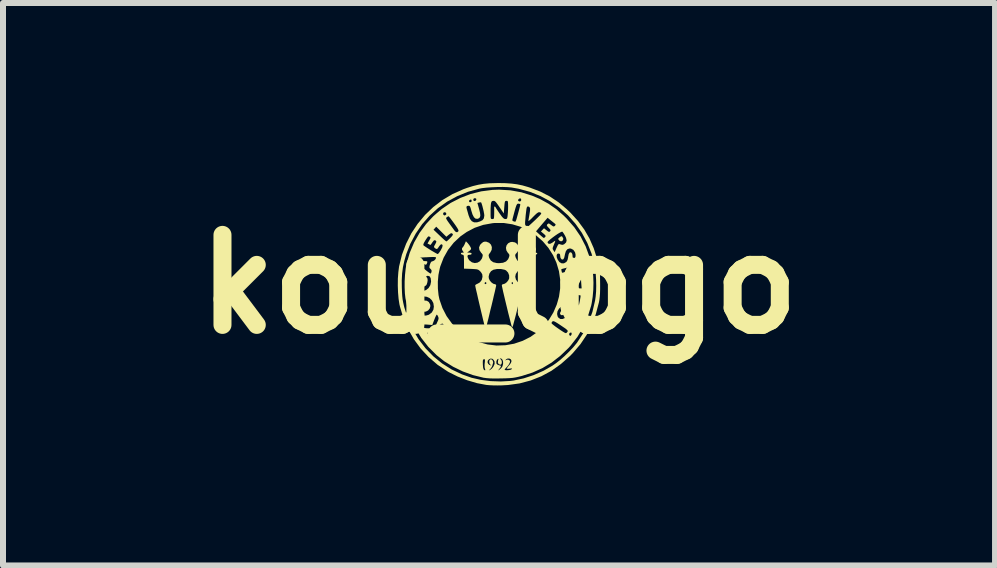
<source format=kicad_pcb>
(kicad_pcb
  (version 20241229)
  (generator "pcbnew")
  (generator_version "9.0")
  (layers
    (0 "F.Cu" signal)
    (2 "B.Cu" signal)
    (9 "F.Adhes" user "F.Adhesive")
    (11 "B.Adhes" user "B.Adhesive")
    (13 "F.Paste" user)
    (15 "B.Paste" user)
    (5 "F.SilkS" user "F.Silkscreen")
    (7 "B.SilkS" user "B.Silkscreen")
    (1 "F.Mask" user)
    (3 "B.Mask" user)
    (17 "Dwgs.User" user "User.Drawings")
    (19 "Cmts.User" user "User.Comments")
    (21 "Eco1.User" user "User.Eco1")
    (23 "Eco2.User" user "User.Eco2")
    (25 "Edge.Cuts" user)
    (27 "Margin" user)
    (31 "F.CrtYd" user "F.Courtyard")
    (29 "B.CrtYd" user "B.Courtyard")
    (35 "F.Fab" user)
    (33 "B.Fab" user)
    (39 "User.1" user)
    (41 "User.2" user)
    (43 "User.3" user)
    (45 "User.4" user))
  (footprint "kou_logo"
    (layer "F.Cu")
    (at 5.264 1.685)
    (property "Reference" "kou_logo" (at 0 0 0) (layer "F.SilkS") (effects (font (size 1.5 1.5) (thickness 0.3))))
    (attr board_only exclude_from_pos_files exclude_from_bom)
    (fp_poly (pts (xy -1.213 -0.384) (xy -1.197 -0.38) (xy -1.194 -0.37) (xy -1.196 -0.359) (xy -1.207 -0.332) (xy -1.222 -0.324) (xy -1.245 -0.333) (xy -1.263 -0.345) (xy -1.289 -0.364) (xy -1.305 -0.377) (xy -1.307 -0.38) (xy -1.296 -0.383) (xy -1.269 -0.385) (xy -1.248 -0.385)) (stroke (width 0) (type solid)) (fill yes) (layer "F.SilkS"))
    (fp_poly (pts (xy 1.058 -0.787) (xy 1.058 -0.786) (xy 1.072 -0.757) (xy 1.065 -0.732) (xy 1.059 -0.726) (xy 1.036 -0.713) (xy 1.011 -0.722) (xy 0.999 -0.734) (xy 0.987 -0.75) (xy 0.989 -0.762) (xy 1.008 -0.779) (xy 1.011 -0.781) (xy 1.033 -0.797) (xy 1.046 -0.799)) (stroke (width 0) (type solid)) (fill yes) (layer "F.SilkS"))
    (fp_poly (pts (xy -1.203 0.276) (xy -1.169 0.298) (xy -1.148 0.335) (xy -1.143 0.365) (xy -1.154 0.405) (xy -1.181 0.438) (xy -1.219 0.457) (xy -1.261 0.46) (xy -1.279 0.455) (xy -1.311 0.432) (xy -1.334 0.398) (xy -1.342 0.366) (xy -1.331 0.331) (xy -1.304 0.299) (xy -1.266 0.278) (xy -1.246 0.272)) (stroke (width 0) (type solid)) (fill yes) (layer "F.SilkS"))
    (fp_poly (pts (xy 0.107 -1.683) (xy 0.209 -1.676) (xy 0.302 -1.664) (xy 0.39 -1.646) (xy 0.481 -1.62) (xy 0.515 -1.609) (xy 0.688 -1.543) (xy 0.844 -1.463) (xy 0.99 -1.366) (xy 1.129 -1.25) (xy 1.191 -1.191) (xy 1.315 -1.054) (xy 1.42 -0.912) (xy 1.507 -0.762) (xy 1.578 -0.6) (xy 1.635 -0.422) (xy 1.654 -0.344) (xy 1.666 -0.293) (xy 1.674 -0.247) (xy 1.679 -0.201) (xy 1.683 -0.148) (xy 1.684 -0.084) (xy 1.685 -0.006) (xy 1.685 0.084) (xy 1.683 0.155) (xy 1.678 0.214) (xy 1.672 0.264) (xy 1.665 0.303) (xy 1.613 0.499) (xy 1.546 0.678) (xy 1.461 0.844) (xy 1.358 0.998) (xy 1.235 1.143) (xy 1.186 1.194) (xy 1.033 1.329) (xy 0.874 1.443) (xy 0.706 1.534) (xy 0.529 1.604) (xy 0.344 1.653) (xy 0.15 1.68) (xy 0.041 1.686) (xy -0.028 1.687) (xy -0.097 1.686) (xy -0.158 1.683) (xy -0.204 1.679) (xy -0.208 1.679) (xy -0.366 1.649) (xy -0.529 1.601) (xy -0.688 1.539) (xy -0.835 1.466) (xy -0.857 1.453) (xy -1.023 1.343) (xy -1.172 1.215) (xy -1.304 1.073) (xy -1.419 0.916) (xy -1.516 0.746) (xy -1.593 0.565) (xy -1.65 0.373) (xy -1.659 0.335) (xy -1.673 0.244) (xy -1.682 0.138) (xy -1.686 0.024) (xy -1.685 -0.066) (xy -1.62 -0.066) (xy -1.619 0.056) (xy -1.616 0.136) (xy -1.612 0.2) (xy -1.606 0.253) (xy -1.597 0.303) (xy -1.585 0.356) (xy -1.578 0.385) (xy -1.517 0.575) (xy -1.438 0.753) (xy -1.34 0.917) (xy -1.225 1.067) (xy -1.094 1.202) (xy -0.949 1.32) (xy -0.789 1.421) (xy -0.616 1.503) (xy -0.457 1.559) (xy -0.303 1.594) (xy -0.138 1.615) (xy 0.029 1.621) (xy 0.191 1.612) (xy 0.245 1.605) (xy 0.412 1.569) (xy 0.58 1.514) (xy 0.743 1.442) (xy 0.893 1.356) (xy 0.945 1.32) (xy 1.015 1.266) (xy 1.091 1.199) (xy 1.166 1.126) (xy 1.236 1.053) (xy 1.292 0.985) (xy 1.3 0.975) (xy 1.405 0.814) (xy 1.492 0.642) (xy 1.557 0.46) (xy 1.601 0.273) (xy 1.611 0.203) (xy 1.618 0.122) (xy 1.62 0.028) (xy 1.618 -0.072) (xy 1.612 -0.17) (xy 1.603 -0.259) (xy 1.593 -0.321) (xy 1.542 -0.51) (xy 1.471 -0.688) (xy 1.381 -0.855) (xy 1.273 -1.008) (xy 1.15 -1.147) (xy 1.011 -1.271) (xy 0.858 -1.378) (xy 0.692 -1.468) (xy 0.515 -1.539) (xy 0.328 -1.59) (xy 0.211 -1.611) (xy 0.146 -1.617) (xy 0.064 -1.62) (xy -0.027 -1.619) (xy -0.119 -1.615) (xy -0.207 -1.609) (xy -0.284 -1.6) (xy -0.327 -1.592) (xy -0.516 -1.54) (xy -0.695 -1.467) (xy -0.863 -1.376) (xy -1.017 -1.267) (xy -1.157 -1.14) (xy -1.281 -0.999) (xy -1.388 -0.842) (xy -1.478 -0.672) (xy -1.545 -0.501) (xy -1.577 -0.39) (xy -1.6 -0.285) (xy -1.614 -0.18) (xy -1.62 -0.066) (xy -1.685 -0.066) (xy -1.685 -0.091) (xy -1.677 -0.2) (xy -1.665 -0.294) (xy -1.664 -0.298) (xy -1.617 -0.49) (xy -1.548 -0.673) (xy -1.461 -0.846) (xy -1.355 -1.006) (xy -1.232 -1.154) (xy -1.094 -1.286) (xy -0.941 -1.403) (xy -0.775 -1.501) (xy -0.596 -1.581) (xy -0.533 -1.604) (xy -0.434 -1.635) (xy -0.343 -1.657) (xy -0.253 -1.672) (xy -0.158 -1.681) (xy -0.049 -1.684) (xy -0.012 -1.685)) (stroke (width 0) (type solid)) (fill yes) (layer "F.SilkS"))
    (fp_poly (pts (xy -0.52 -0.683) (xy -0.495 -0.651) (xy -0.475 -0.619) (xy -0.474 -0.617) (xy -0.465 -0.595) (xy -0.468 -0.58) (xy -0.486 -0.562) (xy -0.494 -0.555) (xy -0.531 -0.526) (xy -0.493 -0.526) (xy -0.464 -0.521) (xy -0.455 -0.508) (xy -0.465 -0.494) (xy -0.49 -0.49) (xy -0.515 -0.487) (xy -0.524 -0.474) (xy -0.525 -0.461) (xy -0.517 -0.434) (xy -0.499 -0.403) (xy -0.493 -0.396) (xy -0.451 -0.364) (xy -0.404 -0.352) (xy -0.358 -0.359) (xy -0.317 -0.383) (xy -0.287 -0.423) (xy -0.279 -0.443) (xy -0.271 -0.474) (xy -0.273 -0.495) (xy -0.289 -0.516) (xy -0.298 -0.525) (xy -0.326 -0.568) (xy -0.332 -0.612) (xy -0.315 -0.655) (xy -0.292 -0.679) (xy -0.264 -0.702) (xy -0.238 -0.709) (xy -0.211 -0.708) (xy -0.165 -0.69) (xy -0.134 -0.659) (xy -0.119 -0.618) (xy -0.122 -0.572) (xy -0.145 -0.528) (xy -0.148 -0.525) (xy -0.167 -0.5) (xy -0.173 -0.481) (xy -0.168 -0.456) (xy -0.163 -0.439) (xy -0.137 -0.395) (xy -0.096 -0.366) (xy -0.037 -0.352) (xy 0 -0.35) (xy 0.067 -0.357) (xy 0.117 -0.378) (xy 0.151 -0.414) (xy 0.163 -0.44) (xy 0.173 -0.471) (xy 0.172 -0.491) (xy 0.161 -0.509) (xy 0.148 -0.522) (xy 0.123 -0.563) (xy 0.116 -0.606) (xy 0.126 -0.647) (xy 0.152 -0.681) (xy 0.19 -0.701) (xy 0.22 -0.705) (xy 0.268 -0.696) (xy 0.303 -0.67) (xy 0.324 -0.634) (xy 0.328 -0.591) (xy 0.314 -0.548) (xy 0.296 -0.523) (xy 0.276 -0.501) (xy 0.27 -0.482) (xy 0.275 -0.455) (xy 0.279 -0.443) (xy 0.303 -0.397) (xy 0.34 -0.366) (xy 0.385 -0.353) (xy 0.433 -0.357) (xy 0.477 -0.381) (xy 0.493 -0.396) (xy 0.514 -0.426) (xy 0.525 -0.455) (xy 0.525 -0.461) (xy 0.521 -0.482) (xy 0.505 -0.489) (xy 0.49 -0.49) (xy 0.462 -0.495) (xy 0.455 -0.508) (xy 0.465 -0.521) (xy 0.493 -0.525) (xy 0.531 -0.526) (xy 0.494 -0.557) (xy 0.457 -0.589) (xy 0.484 -0.635) (xy 0.506 -0.668) (xy 0.529 -0.693) (xy 0.535 -0.698) (xy 0.553 -0.708) (xy 0.56 -0.702) (xy 0.56 -0.691) (xy 0.567 -0.666) (xy 0.585 -0.637) (xy 0.589 -0.632) (xy 0.612 -0.6) (xy 0.617 -0.576) (xy 0.604 -0.552) (xy 0.599 -0.546) (xy 0.587 -0.531) (xy 0.593 -0.526) (xy 0.612 -0.525) (xy 0.634 -0.52) (xy 0.638 -0.508) (xy 0.624 -0.496) (xy 0.609 -0.492) (xy 0.597 -0.489) (xy 0.59 -0.481) (xy 0.586 -0.464) (xy 0.584 -0.432) (xy 0.583 -0.383) (xy 0.583 -0.373) (xy 0.583 -0.257) (xy 0.497 -0.257) (xy 0.431 -0.255) (xy 0.382 -0.25) (xy 0.347 -0.239) (xy 0.32 -0.223) (xy 0.31 -0.213) (xy 0.28 -0.17) (xy 0.271 -0.124) (xy 0.282 -0.078) (xy 0.311 -0.038) (xy 0.356 -0.007) (xy 0.387 0.004) (xy 0.391 0.008) (xy 0.394 0.018) (xy 0.393 0.036) (xy 0.388 0.064) (xy 0.38 0.105) (xy 0.367 0.16) (xy 0.35 0.233) (xy 0.327 0.326) (xy 0.319 0.357) (xy 0.298 0.444) (xy 0.278 0.523) (xy 0.26 0.591) (xy 0.245 0.647) (xy 0.235 0.686) (xy 0.228 0.707) (xy 0.227 0.71) (xy 0.216 0.709) (xy 0.215 0.709) (xy 0.21 0.696) (xy 0.201 0.664) (xy 0.189 0.616) (xy 0.174 0.556) (xy 0.156 0.487) (xy 0.138 0.412) (xy 0.119 0.334) (xy 0.101 0.259) (xy 0.084 0.187) (xy 0.069 0.124) (xy 0.058 0.073) (xy 0.05 0.036) (xy 0.047 0.017) (xy 0.047 0.017) (xy 0.056 0.003) (xy 0.069 0) (xy 0.1 -0.01) (xy 0.11 -0.018) (xy 0.21 -0.018) (xy 0.216 -0.002) (xy 0.222 0) (xy 0.232 -0.009) (xy 0.233 -0.018) (xy 0.227 -0.033) (xy 0.222 -0.035) (xy 0.211 -0.026) (xy 0.21 -0.018) (xy 0.11 -0.018) (xy 0.132 -0.035) (xy 0.157 -0.068) (xy 0.17 -0.099) (xy 0.169 -0.148) (xy 0.151 -0.194) (xy 0.118 -0.229) (xy 0.093 -0.241) (xy 0.033 -0.253) (xy -0.034 -0.253) (xy -0.093 -0.241) (xy -0.132 -0.217) (xy -0.16 -0.177) (xy -0.172 -0.13) (xy -0.17 -0.099) (xy -0.155 -0.064) (xy -0.129 -0.032) (xy -0.097 -0.008) (xy -0.069 0) (xy -0.051 0.007) (xy -0.047 0.017) (xy -0.049 0.033) (xy -0.057 0.068) (xy -0.068 0.119) (xy -0.084 0.184) (xy -0.101 0.259) (xy -0.121 0.342) (xy -0.122 0.347) (xy -0.143 0.43) (xy -0.161 0.507) (xy -0.177 0.574) (xy -0.191 0.628) (xy -0.2 0.666) (xy -0.204 0.685) (xy -0.204 0.685) (xy -0.215 0.707) (xy -0.229 0.711) (xy -0.239 0.697) (xy -0.244 0.678) (xy -0.253 0.64) (xy -0.266 0.588) (xy -0.281 0.524) (xy -0.298 0.453) (xy -0.316 0.377) (xy -0.334 0.3) (xy -0.351 0.227) (xy -0.366 0.159) (xy -0.38 0.101) (xy -0.39 0.056) (xy -0.395 0.029) (xy -0.397 0.021) (xy -0.387 0.007) (xy -0.362 -0.006) (xy -0.36 -0.006) (xy -0.349 -0.012) (xy -0.24 -0.012) (xy -0.237 -0.007) (xy -0.22 -0.000363) (xy -0.21 -0.013) (xy -0.21 -0.018) (xy -0.216 -0.033) (xy -0.221 -0.035) (xy -0.236 -0.027) (xy -0.24 -0.012) (xy -0.349 -0.012) (xy -0.317 -0.031) (xy -0.287 -0.071) (xy -0.275 -0.122) (xy -0.275 -0.129) (xy -0.279 -0.165) (xy -0.297 -0.195) (xy -0.312 -0.213) (xy -0.33 -0.23) (xy -0.347 -0.241) (xy -0.369 -0.248) (xy -0.401 -0.251) (xy -0.449 -0.254) (xy -0.467 -0.255) (xy -0.583 -0.259) (xy -0.583 -0.375) (xy -0.584 -0.428) (xy -0.585 -0.461) (xy -0.589 -0.48) (xy -0.596 -0.488) (xy -0.605 -0.49) (xy -0.627 -0.498) (xy -0.634 -0.508) (xy -0.633 -0.521) (xy -0.613 -0.525) (xy -0.61 -0.525) (xy -0.589 -0.526) (xy -0.589 -0.534) (xy -0.599 -0.546) (xy -0.616 -0.575) (xy -0.616 -0.6) (xy -0.605 -0.613) (xy -0.593 -0.628) (xy -0.577 -0.656) (xy -0.572 -0.668) (xy -0.551 -0.715)) (stroke (width 0) (type solid)) (fill yes) (layer "F.SilkS"))
    (fp_poly (pts (xy 0.19 -1.564) (xy 0.373 -1.531) (xy 0.551 -1.475) (xy 0.683 -1.419) (xy 0.824 -1.341) (xy 0.954 -1.251) (xy 1.077 -1.144) (xy 1.128 -1.093) (xy 1.255 -0.948) (xy 1.36 -0.794) (xy 1.444 -0.63) (xy 1.508 -0.455) (xy 1.553 -0.267) (xy 1.559 -0.233) (xy 1.57 -0.135) (xy 1.574 -0.023) (xy 1.571 0.095) (xy 1.561 0.21) (xy 1.545 0.314) (xy 1.536 0.357) (xy 1.478 0.545) (xy 1.402 0.718) (xy 1.307 0.878) (xy 1.193 1.024) (xy 1.16 1.061) (xy 1.021 1.194) (xy 0.877 1.306) (xy 0.724 1.398) (xy 0.559 1.472) (xy 0.381 1.529) (xy 0.373 1.531) (xy 0.32 1.544) (xy 0.273 1.554) (xy 0.228 1.561) (xy 0.178 1.565) (xy 0.116 1.568) (xy 0.037 1.57) (xy 0.035 1.57) (xy -0.063 1.571) (xy -0.142 1.57) (xy -0.207 1.565) (xy -0.261 1.558) (xy -0.263 1.557) (xy -0.433 1.515) (xy -0.602 1.454) (xy -0.763 1.376) (xy -0.894 1.295) (xy -0.27 1.295) (xy -0.269 1.336) (xy -0.265 1.387) (xy -0.257 1.418) (xy -0.242 1.433) (xy -0.23 1.435) (xy -0.228 1.427) (xy -0.233 1.411) (xy -0.24 1.383) (xy -0.24 1.337) (xy -0.238 1.317) (xy -0.236 1.3) (xy -0.191 1.3) (xy -0.182 1.324) (xy -0.161 1.344) (xy -0.144 1.351) (xy -0.129 1.352) (xy -0.135 1.346) (xy -0.143 1.342) (xy -0.158 1.322) (xy -0.163 1.293) (xy -0.158 1.266) (xy -0.144 1.252) (xy -0.123 1.254) (xy -0.106 1.272) (xy -0.097 1.298) (xy -0.099 1.313) (xy -0.108 1.344) (xy -0.111 1.358) (xy -0.122 1.382) (xy -0.142 1.409) (xy -0.143 1.409) (xy -0.169 1.438) (xy -0.142 1.424) (xy -0.118 1.405) (xy -0.095 1.376) (xy -0.093 1.373) (xy -0.073 1.329) (xy -0.074 1.291) (xy -0.074 1.29) (xy -0.044 1.29) (xy -0.043 1.319) (xy -0.038 1.329) (xy -0.019 1.344) (xy 0.004 1.351) (xy 0.027 1.357) (xy 0.033 1.368) (xy 0.022 1.39) (xy 0.009 1.406) (xy -0.016 1.438) (xy 0.007 1.424) (xy 0.093 1.424) (xy 0.103 1.431) (xy 0.128 1.434) (xy 0.159 1.432) (xy 0.189 1.427) (xy 0.208 1.419) (xy 0.21 1.417) (xy 0.217 1.406) (xy 0.21 1.403) (xy 0.184 1.406) (xy 0.177 1.407) (xy 0.147 1.41) (xy 0.13 1.408) (xy 0.128 1.406) (xy 0.136 1.393) (xy 0.154 1.369) (xy 0.169 1.352) (xy 0.199 1.312) (xy 0.209 1.28) (xy 0.199 1.254) (xy 0.196 1.251) (xy 0.169 1.238) (xy 0.137 1.241) (xy 0.115 1.256) (xy 0.106 1.269) (xy 0.113 1.268) (xy 0.124 1.262) (xy 0.149 1.256) (xy 0.17 1.265) (xy 0.183 1.279) (xy 0.183 1.296) (xy 0.176 1.315) (xy 0.158 1.347) (xy 0.131 1.38) (xy 0.127 1.383) (xy 0.106 1.406) (xy 0.094 1.421) (xy 0.093 1.424) (xy 0.007 1.424) (xy 0.014 1.419) (xy 0.04 1.395) (xy 0.057 1.37) (xy 0.068 1.33) (xy 0.068 1.291) (xy 0.058 1.259) (xy 0.039 1.24) (xy 0.026 1.237) (xy 0.012 1.239) (xy 0.019 1.245) (xy 0.026 1.249) (xy 0.041 1.268) (xy 0.048 1.294) (xy 0.045 1.321) (xy 0.034 1.339) (xy 0.025 1.342) (xy -0.005 1.333) (xy -0.019 1.308) (xy -0.016 1.274) (xy -0.015 1.272) (xy -0.008 1.249) (xy -0.012 1.243) (xy -0.019 1.245) (xy -0.035 1.262) (xy -0.044 1.29) (xy -0.074 1.29) (xy -0.089 1.262) (xy -0.113 1.242) (xy -0.141 1.24) (xy -0.167 1.252) (xy -0.186 1.273) (xy -0.191 1.3) (xy -0.236 1.3) (xy -0.234 1.278) (xy -0.235 1.257) (xy -0.241 1.25) (xy -0.251 1.25) (xy -0.262 1.255) (xy -0.268 1.268) (xy -0.27 1.295) (xy -0.894 1.295) (xy -0.912 1.284) (xy -1.038 1.184) (xy -1.177 1.045) (xy -1.295 0.895) (xy -1.394 0.732) (xy -1.421 0.672) (xy -1.283 0.672) (xy -1.278 0.685) (xy -1.265 0.706) (xy -1.252 0.722) (xy -1.234 0.731) (xy -1.206 0.734) (xy -1.171 0.735) (xy -1.133 0.736) (xy -1.106 0.74) (xy -1.097 0.745) (xy -1.106 0.755) (xy -1.129 0.772) (xy -1.143 0.78) (xy -1.171 0.797) (xy -1.188 0.809) (xy -1.19 0.812) (xy -1.185 0.828) (xy -1.173 0.849) (xy -1.162 0.862) (xy -1.159 0.863) (xy -1.147 0.857) (xy -1.12 0.841) (xy -1.081 0.817) (xy -1.034 0.788) (xy -1.031 0.786) (xy -0.985 0.756) (xy -0.947 0.729) (xy -0.921 0.71) (xy -0.91 0.701) (xy -0.91 0.701) (xy -0.916 0.686) (xy -0.926 0.671) (xy -0.936 0.659) (xy -0.948 0.657) (xy -0.967 0.665) (xy -0.999 0.685) (xy -0.999 0.686) (xy -1.03 0.704) (xy -1.053 0.716) (xy -1.061 0.717) (xy -1.059 0.704) (xy -1.048 0.677) (xy -1.033 0.642) (xy -1.015 0.603) (xy -1.007 0.577) (xy -1.008 0.557) (xy -1.015 0.538) (xy -1.027 0.515) (xy -1.038 0.507) (xy -1.039 0.508) (xy -1.047 0.521) (xy -1.061 0.55) (xy -1.077 0.589) (xy -1.08 0.597) (xy -1.112 0.68) (xy -1.198 0.673) (xy -1.239 0.671) (xy -1.269 0.67) (xy -1.283 0.672) (xy -1.283 0.672) (xy -1.421 0.672) (xy -1.472 0.558) (xy -1.525 0.39) (xy -1.397 0.39) (xy -1.38 0.44) (xy -1.349 0.483) (xy -1.305 0.512) (xy -1.251 0.525) (xy -1.245 0.525) (xy -1.205 0.52) (xy -1.169 0.509) (xy -1.167 0.508) (xy -1.12 0.472) (xy -1.093 0.425) (xy -1.085 0.374) (xy -1.094 0.314) (xy -1.12 0.266) (xy -1.157 0.231) (xy -1.203 0.21) (xy -1.252 0.204) (xy -1.302 0.216) (xy -1.347 0.245) (xy -1.377 0.284) (xy -1.397 0.336) (xy -1.397 0.39) (xy -1.525 0.39) (xy -1.53 0.373) (xy -1.559 0.233) (xy -1.568 0.152) (xy -1.572 0.055) (xy -1.572 -0.049) (xy -1.447 -0.049) (xy -1.437 0.012) (xy -1.41 0.061) (xy -1.369 0.096) (xy -1.318 0.114) (xy -1.262 0.113) (xy -1.213 0.096) (xy -1.173 0.064) (xy -1.144 0.016) (xy -1.132 -0.041) (xy -1.019 -0.041) (xy -1.018 0.075) (xy -1.007 0.183) (xy -0.993 0.251) (xy -0.943 0.396) (xy -0.873 0.532) (xy -0.784 0.655) (xy -0.679 0.763) (xy -0.558 0.855) (xy -0.477 0.903) (xy -0.337 0.964) (xy -0.191 1.004) (xy -0.042 1.022) (xy 0.108 1.017) (xy 0.251 0.992) (xy 0.394 0.944) (xy 0.525 0.878) (xy 0.584 0.836) (xy 1.169 0.836) (xy 1.172 0.847) (xy 1.184 0.861) (xy 1.199 0.856) (xy 1.21 0.835) (xy 1.211 0.83) (xy 1.208 0.809) (xy 1.197 0.805) (xy 1.175 0.814) (xy 1.169 0.836) (xy 0.584 0.836) (xy 0.643 0.795) (xy 0.746 0.698) (xy 0.786 0.649) (xy 0.875 0.649) (xy 0.884 0.661) (xy 0.908 0.681) (xy 0.943 0.708) (xy 0.984 0.737) (xy 1.026 0.766) (xy 1.065 0.791) (xy 1.095 0.809) (xy 1.114 0.816) (xy 1.114 0.816) (xy 1.129 0.808) (xy 1.141 0.794) (xy 1.145 0.783) (xy 1.143 0.772) (xy 1.131 0.759) (xy 1.107 0.739) (xy 1.067 0.712) (xy 1.032 0.688) (xy 0.979 0.653) (xy 0.941 0.63) (xy 0.916 0.618) (xy 0.9 0.616) (xy 0.892 0.619) (xy 0.877 0.639) (xy 0.875 0.649) (xy 0.786 0.649) (xy 0.835 0.589) (xy 0.891 0.496) (xy 0.968 0.496) (xy 0.977 0.538) (xy 0.992 0.56) (xy 1.023 0.58) (xy 1.06 0.58) (xy 1.104 0.561) (xy 1.147 0.529) (xy 1.176 0.508) (xy 1.194 0.504) (xy 1.208 0.516) (xy 1.213 0.525) (xy 1.219 0.546) (xy 1.207 0.566) (xy 1.201 0.572) (xy 1.184 0.601) (xy 1.184 0.619) (xy 1.194 0.638) (xy 1.208 0.638) (xy 1.23 0.619) (xy 1.242 0.606) (xy 1.265 0.565) (xy 1.271 0.524) (xy 1.262 0.486) (xy 1.239 0.458) (xy 1.203 0.444) (xy 1.193 0.443) (xy 1.163 0.451) (xy 1.128 0.47) (xy 1.12 0.476) (xy 1.08 0.505) (xy 1.053 0.517) (xy 1.033 0.514) (xy 1.028 0.51) (xy 1.016 0.486) (xy 1.025 0.46) (xy 1.044 0.438) (xy 1.065 0.412) (xy 1.066 0.392) (xy 1.052 0.375) (xy 1.03 0.38) (xy 1.001 0.407) (xy 0.999 0.409) (xy 0.975 0.451) (xy 0.968 0.496) (xy 0.891 0.496) (xy 0.907 0.469) (xy 0.962 0.341) (xy 0.977 0.29) (xy 1.039 0.29) (xy 1.043 0.31) (xy 1.061 0.313) (xy 1.065 0.313) (xy 1.088 0.3) (xy 1.094 0.286) (xy 1.101 0.245) (xy 1.109 0.222) (xy 1.12 0.212) (xy 1.138 0.212) (xy 1.141 0.212) (xy 1.16 0.216) (xy 1.169 0.227) (xy 1.172 0.25) (xy 1.173 0.274) (xy 1.174 0.309) (xy 1.179 0.327) (xy 1.191 0.332) (xy 1.196 0.333) (xy 1.217 0.323) (xy 1.222 0.309) (xy 1.23 0.268) (xy 1.238 0.245) (xy 1.25 0.235) (xy 1.267 0.233) (xy 1.286 0.235) (xy 1.293 0.243) (xy 1.293 0.264) (xy 1.29 0.287) (xy 1.286 0.325) (xy 1.292 0.346) (xy 1.297 0.351) (xy 1.319 0.361) (xy 1.331 0.35) (xy 1.335 0.335) (xy 1.349 0.267) (xy 1.357 0.219) (xy 1.36 0.193) (xy 1.359 0.188) (xy 1.346 0.185) (xy 1.315 0.178) (xy 1.271 0.169) (xy 1.217 0.159) (xy 1.213 0.158) (xy 1.146 0.146) (xy 1.1 0.141) (xy 1.074 0.141) (xy 1.067 0.145) (xy 1.058 0.175) (xy 1.05 0.215) (xy 1.042 0.256) (xy 1.039 0.286) (xy 1.039 0.29) (xy 0.977 0.29) (xy 1 0.207) (xy 1.02 0.067) (xy 1.02 -0.04) (xy 1.064 -0.04) (xy 1.067 -0.024) (xy 1.073 -0.012) (xy 1.082 -0.005) (xy 1.101 -0.002) (xy 1.132 -0.000271) (xy 1.182 -0.001) (xy 1.194 -0.001) (xy 1.313 -0.003) (xy 1.316 0.033) (xy 1.322 0.06) (xy 1.337 0.069) (xy 1.348 0.07) (xy 1.377 0.07) (xy 1.369 -0.038) (xy 1.366 -0.085) (xy 1.362 -0.123) (xy 1.36 -0.146) (xy 1.359 -0.15) (xy 1.346 -0.15) (xy 1.33 -0.146) (xy 1.312 -0.133) (xy 1.309 -0.107) (xy 1.309 -0.107) (xy 1.313 -0.076) (xy 1.191 -0.067) (xy 1.14 -0.062) (xy 1.098 -0.058) (xy 1.072 -0.055) (xy 1.064 -0.053) (xy 1.064 -0.04) (xy 1.02 -0.04) (xy 1.02 -0.074) (xy 0.999 -0.217) (xy 0.993 -0.237) (xy 1.039 -0.237) (xy 1.043 -0.218) (xy 1.05 -0.19) (xy 1.193 -0.221) (xy 1.262 -0.237) (xy 1.308 -0.251) (xy 1.334 -0.263) (xy 1.339 -0.269) (xy 1.34 -0.289) (xy 1.333 -0.301) (xy 1.317 -0.305) (xy 1.377 -0.305) (xy 1.383 -0.278) (xy 1.399 -0.269) (xy 1.42 -0.281) (xy 1.429 -0.302) (xy 1.419 -0.32) (xy 1.399 -0.327) (xy 1.38 -0.318) (xy 1.377 -0.305) (xy 1.317 -0.305) (xy 1.314 -0.306) (xy 1.282 -0.304) (xy 1.232 -0.295) (xy 1.184 -0.286) (xy 1.13 -0.274) (xy 1.085 -0.263) (xy 1.054 -0.255) (xy 1.04 -0.251) (xy 1.04 -0.251) (xy 1.039 -0.237) (xy 0.993 -0.237) (xy 0.957 -0.358) (xy 0.903 -0.478) (xy 0.9 -0.484) (xy 0.961 -0.484) (xy 0.962 -0.45) (xy 0.976 -0.412) (xy 1.006 -0.369) (xy 1.042 -0.348) (xy 1.081 -0.347) (xy 1.12 -0.369) (xy 1.125 -0.374) (xy 1.142 -0.403) (xy 1.152 -0.448) (xy 1.152 -0.454) (xy 1.161 -0.5) (xy 1.175 -0.527) (xy 1.194 -0.532) (xy 1.208 -0.525) (xy 1.221 -0.503) (xy 1.225 -0.477) (xy 1.227 -0.453) (xy 1.23 -0.443) (xy 1.244 -0.44) (xy 1.252 -0.437) (xy 1.266 -0.441) (xy 1.275 -0.461) (xy 1.276 -0.491) (xy 1.269 -0.524) (xy 1.266 -0.533) (xy 1.239 -0.572) (xy 1.199 -0.593) (xy 1.175 -0.595) (xy 1.141 -0.584) (xy 1.115 -0.552) (xy 1.099 -0.499) (xy 1.098 -0.491) (xy 1.087 -0.442) (xy 1.073 -0.416) (xy 1.055 -0.41) (xy 1.041 -0.416) (xy 1.025 -0.438) (xy 1.02 -0.468) (xy 1.017 -0.496) (xy 1.004 -0.509) (xy 0.995 -0.511) (xy 0.972 -0.506) (xy 0.961 -0.484) (xy 0.9 -0.484) (xy 0.823 -0.605) (xy 0.744 -0.698) (xy 0.808 -0.698) (xy 0.824 -0.674) (xy 0.851 -0.672) (xy 0.886 -0.69) (xy 0.889 -0.692) (xy 0.915 -0.711) (xy 0.933 -0.722) (xy 0.937 -0.723) (xy 0.936 -0.714) (xy 0.928 -0.689) (xy 0.915 -0.659) (xy 0.9 -0.622) (xy 0.894 -0.6) (xy 0.896 -0.583) (xy 0.906 -0.565) (xy 0.907 -0.564) (xy 0.927 -0.533) (xy 0.958 -0.604) (xy 0.976 -0.642) (xy 0.988 -0.662) (xy 1 -0.669) (xy 1.015 -0.666) (xy 1.025 -0.662) (xy 1.055 -0.655) (xy 1.081 -0.663) (xy 1.09 -0.669) (xy 1.118 -0.696) (xy 1.127 -0.729) (xy 1.117 -0.772) (xy 1.102 -0.805) (xy 1.082 -0.839) (xy 1.064 -0.865) (xy 1.056 -0.875) (xy 1.042 -0.873) (xy 1.014 -0.859) (xy 0.977 -0.837) (xy 0.936 -0.809) (xy 0.894 -0.778) (xy 0.856 -0.748) (xy 0.827 -0.723) (xy 0.81 -0.704) (xy 0.808 -0.698) (xy 0.744 -0.698) (xy 0.727 -0.717) (xy 0.617 -0.814) (xy 0.514 -0.881) (xy 0.617 -0.881) (xy 0.678 -0.825) (xy 0.71 -0.798) (xy 0.734 -0.778) (xy 0.747 -0.77) (xy 0.748 -0.77) (xy 0.761 -0.778) (xy 0.771 -0.788) (xy 0.777 -0.801) (xy 0.771 -0.816) (xy 0.748 -0.837) (xy 0.742 -0.842) (xy 0.699 -0.878) (xy 0.724 -0.905) (xy 0.75 -0.932) (xy 0.792 -0.898) (xy 0.818 -0.878) (xy 0.835 -0.871) (xy 0.847 -0.877) (xy 0.851 -0.881) (xy 0.859 -0.893) (xy 0.856 -0.907) (xy 0.839 -0.928) (xy 0.828 -0.939) (xy 0.805 -0.964) (xy 0.797 -0.98) (xy 0.801 -0.992) (xy 0.808 -1) (xy 0.821 -1.01) (xy 0.835 -1.01) (xy 0.856 -0.996) (xy 0.87 -0.986) (xy 0.896 -0.967) (xy 0.913 -0.961) (xy 0.925 -0.967) (xy 0.932 -0.973) (xy 0.944 -0.989) (xy 0.939 -1.001) (xy 0.926 -1.013) (xy 0.902 -1.032) (xy 0.87 -1.058) (xy 0.855 -1.07) (xy 0.81 -1.107) (xy 0.713 -0.994) (xy 0.617 -0.881) (xy 0.514 -0.881) (xy 0.494 -0.894) (xy 0.362 -0.956) (xy 0.222 -0.998) (xy 0.168 -1.006) (xy 0.435 -1.006) (xy 0.437 -0.989) (xy 0.443 -0.979) (xy 0.45 -0.972) (xy 0.47 -0.96) (xy 0.478 -0.957) (xy 0.488 -0.964) (xy 0.512 -0.985) (xy 0.546 -1.016) (xy 0.588 -1.055) (xy 0.601 -1.067) (xy 0.648 -1.113) (xy 0.68 -1.145) (xy 0.698 -1.167) (xy 0.704 -1.181) (xy 0.701 -1.189) (xy 0.7 -1.189) (xy 0.68 -1.199) (xy 0.658 -1.198) (xy 0.633 -1.183) (xy 0.6 -1.153) (xy 0.567 -1.12) (xy 0.535 -1.087) (xy 0.509 -1.064) (xy 0.493 -1.053) (xy 0.49 -1.054) (xy 0.492 -1.073) (xy 0.498 -1.108) (xy 0.506 -1.152) (xy 0.508 -1.166) (xy 0.517 -1.224) (xy 0.518 -1.262) (xy 0.509 -1.284) (xy 0.491 -1.294) (xy 0.479 -1.295) (xy 0.471 -1.292) (xy 0.464 -1.28) (xy 0.458 -1.257) (xy 0.453 -1.218) (xy 0.446 -1.16) (xy 0.444 -1.141) (xy 0.439 -1.078) (xy 0.435 -1.035) (xy 0.435 -1.006) (xy 0.168 -1.006) (xy 0.078 -1.02) (xy -0.069 -1.02) (xy -0.109 -1.016) (xy -0.263 -0.988) (xy -0.404 -0.94) (xy -0.536 -0.871) (xy -0.643 -0.796) (xy -0.754 -0.692) (xy -0.848 -0.573) (xy -0.922 -0.442) (xy -0.978 -0.297) (xy -0.988 -0.259) (xy -1.009 -0.155) (xy -1.019 -0.041) (xy -1.132 -0.041) (xy -1.132 -0.041) (xy -1.132 -0.05) (xy -1.138 -0.1) (xy -1.155 -0.13) (xy -1.185 -0.14) (xy -1.208 -0.135) (xy -1.213 -0.123) (xy -1.202 -0.111) (xy -1.191 -0.092) (xy -1.189 -0.061) (xy -1.195 -0.025) (xy -1.206 0.007) (xy -1.215 0.02) (xy -1.252 0.043) (xy -1.295 0.047) (xy -1.339 0.033) (xy -1.366 0.013) (xy -1.39 -0.016) (xy -1.399 -0.043) (xy -1.392 -0.076) (xy -1.383 -0.1) (xy -1.366 -0.14) (xy -1.399 -0.14) (xy -1.424 -0.135) (xy -1.439 -0.116) (xy -1.446 -0.08) (xy -1.447 -0.049) (xy -1.572 -0.049) (xy -1.572 -0.049) (xy -1.566 -0.154) (xy -1.556 -0.251) (xy -1.543 -0.334) (xy -1.541 -0.338) (xy -1.529 -0.38) (xy -1.383 -0.38) (xy -1.378 -0.363) (xy -1.358 -0.344) (xy -1.351 -0.339) (xy -1.324 -0.318) (xy -1.286 -0.287) (xy -1.244 -0.253) (xy -1.231 -0.243) (xy -1.194 -0.213) (xy -1.164 -0.191) (xy -1.144 -0.178) (xy -1.141 -0.176) (xy -1.132 -0.185) (xy -1.124 -0.206) (xy -1.124 -0.234) (xy -1.141 -0.255) (xy -1.156 -0.269) (xy -1.16 -0.284) (xy -1.156 -0.308) (xy -1.151 -0.327) (xy -1.138 -0.36) (xy -1.124 -0.377) (xy -1.104 -0.383) (xy -1.081 -0.393) (xy -1.061 -0.413) (xy -1.05 -0.434) (xy -1.053 -0.45) (xy -1.067 -0.452) (xy -1.099 -0.453) (xy -1.146 -0.452) (xy -1.201 -0.449) (xy -1.212 -0.449) (xy -1.364 -0.44) (xy -1.376 -0.404) (xy -1.383 -0.38) (xy -1.529 -0.38) (xy -1.488 -0.521) (xy -1.433 -0.651) (xy -1.26 -0.651) (xy -1.257 -0.646) (xy -1.239 -0.633) (xy -1.208 -0.612) (xy -1.169 -0.587) (xy -1.126 -0.56) (xy -1.085 -0.536) (xy -1.05 -0.516) (xy -1.027 -0.504) (xy -1.021 -0.502) (xy -1.009 -0.511) (xy -0.99 -0.535) (xy -0.97 -0.566) (xy -0.946 -0.613) (xy -0.939 -0.645) (xy -0.948 -0.662) (xy -0.961 -0.665) (xy -0.977 -0.656) (xy -0.996 -0.633) (xy -1.002 -0.624) (xy -1.021 -0.596) (xy -1.036 -0.586) (xy -1.054 -0.592) (xy -1.067 -0.601) (xy -1.08 -0.613) (xy -1.083 -0.624) (xy -1.075 -0.644) (xy -1.062 -0.666) (xy -1.047 -0.697) (xy -1.044 -0.714) (xy -1.051 -0.724) (xy -1.052 -0.725) (xy -1.07 -0.733) (xy -1.084 -0.729) (xy -1.101 -0.709) (xy -1.11 -0.697) (xy -1.127 -0.672) (xy -1.138 -0.657) (xy -1.139 -0.655) (xy -1.15 -0.657) (xy -1.166 -0.665) (xy -1.191 -0.678) (xy -1.162 -0.728) (xy -1.146 -0.757) (xy -1.14 -0.774) (xy -1.145 -0.784) (xy -1.156 -0.791) (xy -1.169 -0.797) (xy -1.181 -0.793) (xy -1.196 -0.776) (xy -1.218 -0.743) (xy -1.225 -0.732) (xy -1.249 -0.692) (xy -1.26 -0.666) (xy -1.26 -0.651) (xy -1.433 -0.651) (xy -1.415 -0.694) (xy -1.324 -0.854) (xy -1.284 -0.908) (xy -1.091 -0.908) (xy -0.988 -0.81) (xy -0.948 -0.772) (xy -0.914 -0.741) (xy -0.889 -0.72) (xy -0.877 -0.712) (xy -0.877 -0.712) (xy -0.865 -0.719) (xy -0.842 -0.74) (xy -0.813 -0.768) (xy -0.784 -0.8) (xy -0.77 -0.82) (xy -0.769 -0.834) (xy -0.772 -0.838) (xy -0.787 -0.849) (xy -0.802 -0.848) (xy -0.823 -0.834) (xy -0.84 -0.821) (xy -0.877 -0.79) (xy -0.961 -0.874) (xy -1.046 -0.958) (xy -1.068 -0.933) (xy -1.091 -0.908) (xy -1.284 -0.908) (xy -1.216 -1.001) (xy -1.121 -1.104) (xy -0.881 -1.104) (xy -0.88 -1.094) (xy -0.873 -1.079) (xy -0.859 -1.056) (xy -0.835 -1.022) (xy -0.801 -0.975) (xy -0.755 -0.912) (xy -0.743 -0.895) (xy -0.718 -0.869) (xy -0.696 -0.866) (xy -0.678 -0.88) (xy -0.674 -0.891) (xy -0.679 -0.908) (xy -0.694 -0.935) (xy -0.721 -0.976) (xy -0.748 -1.014) (xy -0.781 -1.059) (xy -0.809 -1.096) (xy -0.829 -1.121) (xy -0.84 -1.132) (xy -0.84 -1.132) (xy -0.854 -1.126) (xy -0.869 -1.116) (xy -0.877 -1.11) (xy -0.881 -1.104) (xy -1.121 -1.104) (xy -1.092 -1.134) (xy -1.048 -1.173) (xy -0.932 -1.173) (xy -0.924 -1.153) (xy -0.905 -1.145) (xy -0.901 -1.146) (xy -0.882 -1.159) (xy -0.877 -1.17) (xy -0.883 -1.189) (xy -0.901 -1.2) (xy -0.921 -1.195) (xy -0.924 -1.192) (xy -0.932 -1.173) (xy -1.048 -1.173) (xy -0.955 -1.252) (xy -0.907 -1.285) (xy -0.543 -1.285) (xy -0.537 -1.253) (xy -0.528 -1.223) (xy -0.516 -1.181) (xy -0.508 -1.151) (xy -0.484 -1.089) (xy -0.453 -1.049) (xy -0.414 -1.03) (xy -0.364 -1.031) (xy -0.315 -1.046) (xy -0.28 -1.064) (xy 0.222 -1.064) (xy 0.233 -1.051) (xy 0.266 -1.041) (xy 0.271 -1.04) (xy 0.278 -1.049) (xy 0.289 -1.075) (xy 0.296 -1.1) (xy 0.318 -1.179) (xy 0.334 -1.238) (xy 0.345 -1.28) (xy 0.352 -1.309) (xy 0.354 -1.326) (xy 0.354 -1.334) (xy 0.353 -1.335) (xy 0.337 -1.34) (xy 0.32 -1.342) (xy 0.309 -1.34) (xy 0.299 -1.33) (xy 0.289 -1.311) (xy 0.277 -1.276) (xy 0.262 -1.224) (xy 0.258 -1.209) (xy 0.244 -1.156) (xy 0.232 -1.111) (xy 0.224 -1.079) (xy 0.222 -1.064) (xy -0.28 -1.064) (xy -0.274 -1.067) (xy -0.253 -1.096) (xy -0.245 -1.139) (xy -0.245 -1.15) (xy -0.248 -1.175) (xy -0.253 -1.2) (xy -0.14 -1.2) (xy -0.14 -1.148) (xy -0.139 -1.114) (xy -0.135 -1.095) (xy -0.128 -1.087) (xy -0.117 -1.085) (xy -0.111 -1.085) (xy -0.096 -1.086) (xy -0.087 -1.093) (xy -0.083 -1.109) (xy -0.081 -1.141) (xy -0.08 -1.175) (xy -0.08 -1.221) (xy -0.08 -1.257) (xy -0.081 -1.279) (xy -0.081 -1.28) (xy -0.077 -1.294) (xy -0.065 -1.292) (xy -0.054 -1.277) (xy -0.044 -1.259) (xy -0.024 -1.229) (xy 0.002 -1.19) (xy 0.015 -1.172) (xy 0.046 -1.129) (xy 0.07 -1.102) (xy 0.089 -1.089) (xy 0.106 -1.085) (xy 0.124 -1.087) (xy 0.135 -1.097) (xy 0.141 -1.121) (xy 0.144 -1.146) (xy 0.148 -1.19) (xy 0.151 -1.245) (xy 0.152 -1.298) (xy 0.151 -1.343) (xy 0.149 -1.37) (xy 0.144 -1.384) (xy 0.134 -1.388) (xy 0.124 -1.388) (xy 0.111 -1.387) (xy 0.102 -1.38) (xy 0.096 -1.363) (xy 0.092 -1.332) (xy 0.088 -1.284) (xy 0.08 -1.179) (xy 0.023 -1.263) (xy -0.012 -1.314) (xy -0.037 -1.349) (xy -0.055 -1.371) (xy -0.069 -1.383) (xy -0.082 -1.388) (xy -0.096 -1.388) (xy -0.096 -1.388) (xy -0.113 -1.385) (xy -0.125 -1.374) (xy -0.133 -1.35) (xy -0.137 -1.312) (xy -0.14 -1.256) (xy -0.14 -1.2) (xy -0.253 -1.2) (xy -0.255 -1.214) (xy -0.266 -1.259) (xy -0.277 -1.303) (xy -0.288 -1.339) (xy -0.297 -1.361) (xy -0.299 -1.364) (xy -0.311 -1.364) (xy -0.331 -1.361) (xy -0.36 -1.354) (xy -0.331 -1.251) (xy -0.316 -1.19) (xy -0.311 -1.146) (xy -0.317 -1.116) (xy -0.335 -1.098) (xy -0.357 -1.089) (xy -0.39 -1.092) (xy -0.417 -1.115) (xy -0.441 -1.161) (xy -0.461 -1.224) (xy -0.472 -1.267) (xy -0.482 -1.292) (xy -0.492 -1.304) (xy -0.507 -1.307) (xy -0.508 -1.307) (xy -0.534 -1.302) (xy -0.543 -1.285) (xy -0.907 -1.285) (xy -0.805 -1.354) (xy -0.751 -1.382) (xy -0.5 -1.382) (xy -0.492 -1.368) (xy -0.479 -1.365) (xy -0.459 -1.373) (xy -0.455 -1.389) (xy -0.461 -1.408) (xy -0.475 -1.41) (xy -0.494 -1.399) (xy -0.5 -1.382) (xy -0.751 -1.382) (xy -0.684 -1.416) (xy -0.428 -1.416) (xy -0.427 -1.396) (xy -0.412 -1.385) (xy -0.392 -1.389) (xy -0.387 -1.394) (xy -0.382 -1.403) (xy 0.318 -1.403) (xy 0.32 -1.39) (xy 0.338 -1.378) (xy 0.359 -1.382) (xy 0.369 -1.395) (xy 0.369 -1.418) (xy 0.363 -1.427) (xy 0.347 -1.43) (xy 0.329 -1.42) (xy 0.318 -1.403) (xy -0.382 -1.403) (xy -0.377 -1.412) (xy -0.378 -1.422) (xy -0.397 -1.434) (xy -0.418 -1.429) (xy -0.428 -1.416) (xy -0.684 -1.416) (xy -0.644 -1.437) (xy -0.474 -1.502) (xy -0.295 -1.547) (xy -0.109 -1.571) (xy 0 -1.575)) (stroke (width 0) (type solid)) (fill yes) (layer "F.SilkS")))
  (gr_rect
    (start -3 -3)
    (end 13.529 6.371)
    (stroke (width 0.1) (type default))
    (fill no)
    (layer "Edge.Cuts")))
</source>
